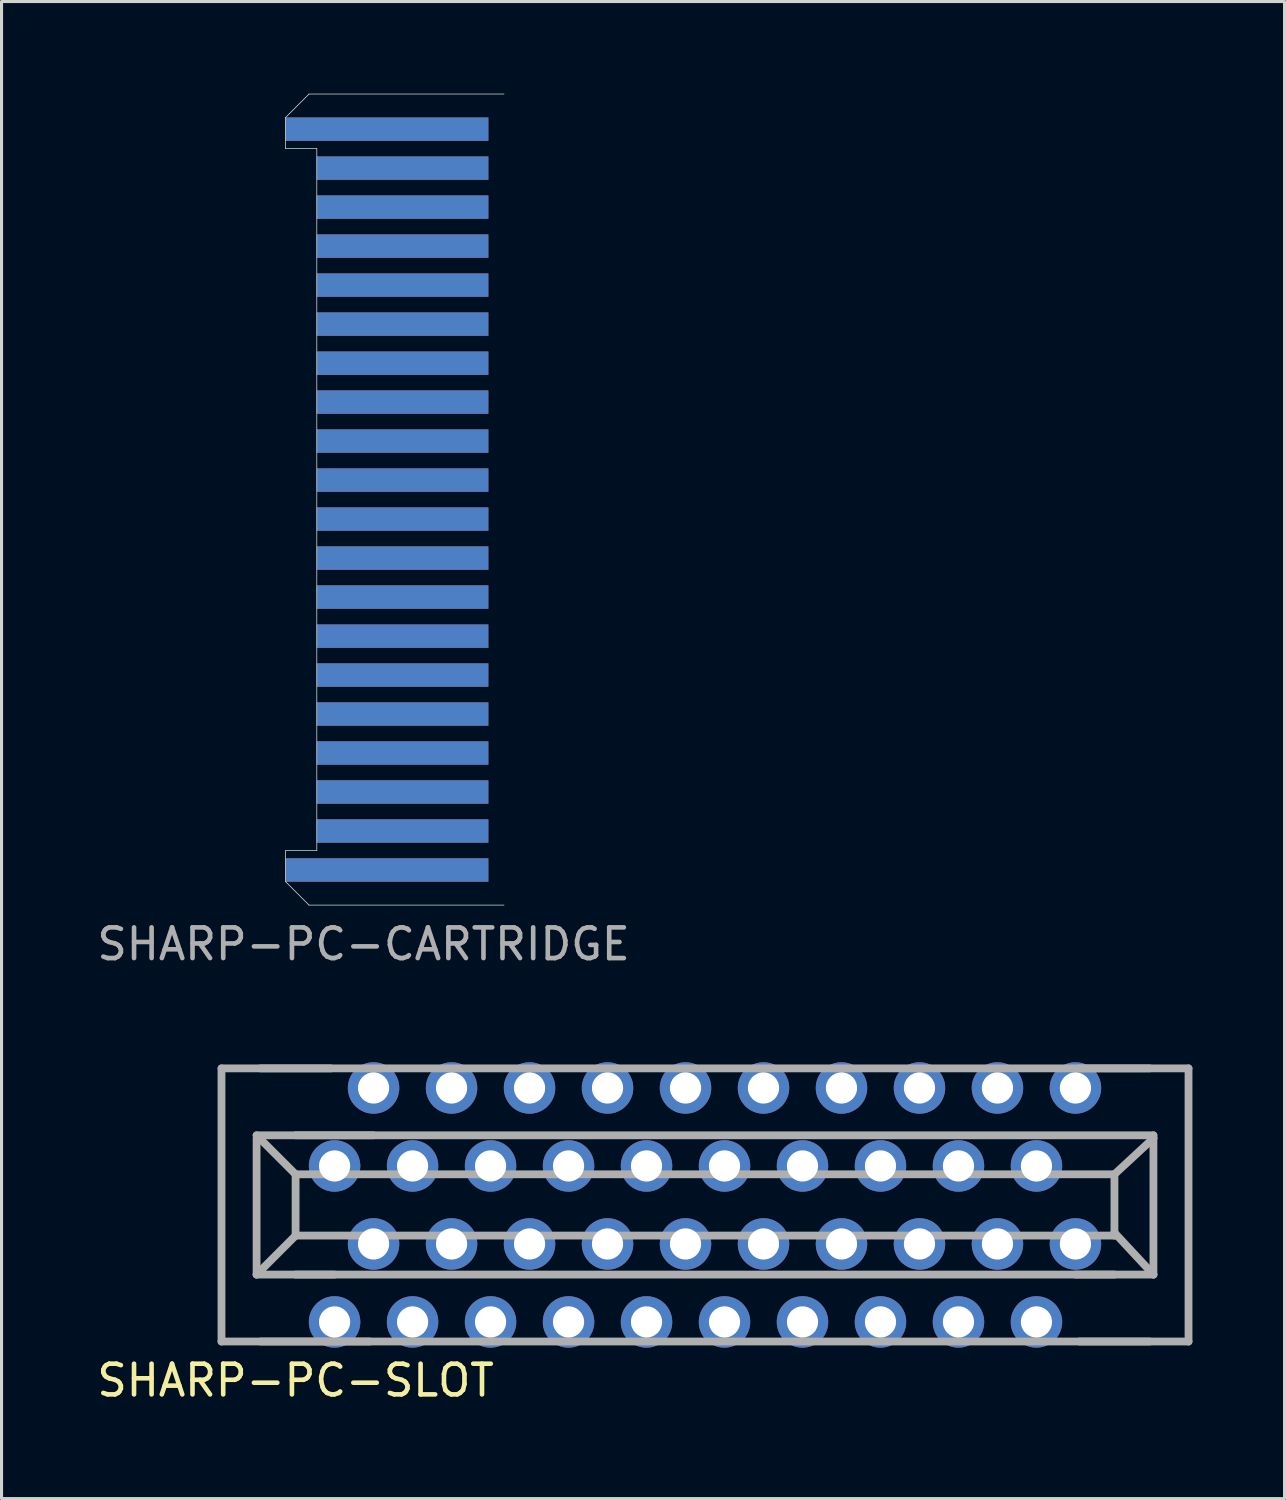
<source format=kicad_pcb>
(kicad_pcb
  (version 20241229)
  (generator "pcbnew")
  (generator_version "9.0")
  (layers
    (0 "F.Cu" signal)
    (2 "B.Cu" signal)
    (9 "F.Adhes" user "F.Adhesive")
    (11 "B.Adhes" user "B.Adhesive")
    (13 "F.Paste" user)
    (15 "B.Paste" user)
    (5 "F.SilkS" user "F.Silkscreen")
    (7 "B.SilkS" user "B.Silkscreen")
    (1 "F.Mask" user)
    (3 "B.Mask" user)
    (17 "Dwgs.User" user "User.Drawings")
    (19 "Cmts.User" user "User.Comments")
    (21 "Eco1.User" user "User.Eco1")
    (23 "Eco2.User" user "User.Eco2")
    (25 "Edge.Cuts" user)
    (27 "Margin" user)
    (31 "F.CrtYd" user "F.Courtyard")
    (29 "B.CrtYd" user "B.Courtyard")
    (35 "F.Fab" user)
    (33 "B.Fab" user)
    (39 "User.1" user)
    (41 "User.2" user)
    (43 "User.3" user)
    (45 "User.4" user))
  (footprint "SHARP-PC-CARTRIDGE"
    (layer "F.Cu")
    (at 6.252 26.429)
    (property "Reference" "SHARP-PC-CARTRIDGE" (at 2.54 1.27 0) (layer "F.Fab") (effects (font (size 1 1) (thickness 0.15))))
    (attr smd)
    (fp_poly (pts (xy 6.604 -26.416) (xy 0.762 -26.416) (xy 0 -25.654) (xy 0 -24.638) (xy 1.016 -24.638) (xy 1.016 -1.778) (xy 0 -1.778) (xy 0 -0.762) (xy 0.762 0) (xy 6.604 0)) (stroke (width 0.025) (type solid)) (fill yes) (layer "F.Mask"))
    (fp_poly (pts (xy 6.604 -26.416) (xy 0.762 -26.416) (xy 0 -25.654) (xy 0 -24.638) (xy 1.016 -24.638) (xy 1.016 -1.778) (xy 0 -1.778) (xy 0 -0.762) (xy 0.762 0) (xy 6.604 0)) (stroke (width 0.025) (type solid)) (fill yes) (layer "B.Mask"))
    (fp_line (start 0 -25.654) (end 0.762 -26.416) (stroke (width 0.025) (type solid)) (layer "Edge.Cuts"))
    (fp_line (start 0 -24.638) (end 0 -25.654) (stroke (width 0.025) (type solid)) (layer "Edge.Cuts"))
    (fp_line (start 0 -1.778) (end 1.016 -1.778) (stroke (width 0.025) (type solid)) (layer "Edge.Cuts"))
    (fp_line (start 0 -0.762) (end 0 -1.778) (stroke (width 0.025) (type solid)) (layer "Edge.Cuts"))
    (fp_line (start 0.762 -26.416) (end 7.112 -26.416) (stroke (width 0.025) (type solid)) (layer "Edge.Cuts"))
    (fp_line (start 0.762 0) (end 0 -0.762) (stroke (width 0.025) (type solid)) (layer "Edge.Cuts"))
    (fp_line (start 1.016 -24.638) (end 0 -24.638) (stroke (width 0.025) (type solid)) (layer "Edge.Cuts"))
    (fp_line (start 1.016 -1.778) (end 1.016 -24.638) (stroke (width 0.025) (type solid)) (layer "Edge.Cuts"))
    (fp_line (start 7.112 0) (end 0.762 0) (stroke (width 0.025) (type solid)) (layer "Edge.Cuts"))
    (pad "1" smd rect (at 3.302 -25.273) (size 6.604 0.762) (layers "F.Cu" "F.Mask" "F.Paste"))
    (pad "2" smd rect (at 3.81 -24.003) (size 5.588 0.762) (layers "F.Cu" "F.Mask" "F.Paste"))
    (pad "3" smd rect (at 3.81 -22.733) (size 5.588 0.762) (layers "F.Cu" "F.Mask" "F.Paste"))
    (pad "4" smd rect (at 3.81 -21.463) (size 5.588 0.762) (layers "F.Cu" "F.Mask" "F.Paste"))
    (pad "5" smd rect (at 3.81 -20.193) (size 5.588 0.762) (layers "F.Cu" "F.Mask" "F.Paste"))
    (pad "6" smd rect (at 3.81 -18.923) (size 5.588 0.762) (layers "F.Cu" "F.Mask" "F.Paste"))
    (pad "7" smd rect (at 3.81 -17.65) (size 5.588 0.762) (layers "F.Cu" "F.Mask" "F.Paste"))
    (pad "8" smd rect (at 3.81 -16.383) (size 5.588 0.762) (layers "F.Cu" "F.Mask" "F.Paste"))
    (pad "9" smd rect (at 3.81 -15.113) (size 5.588 0.762) (layers "F.Cu" "F.Mask" "F.Paste"))
    (pad "10" smd rect (at 3.81 -13.843) (size 5.588 0.762) (layers "F.Cu" "F.Mask" "F.Paste"))
    (pad "11" smd rect (at 3.81 -12.573) (size 5.588 0.762) (layers "F.Cu" "F.Mask" "F.Paste"))
    (pad "12" smd rect (at 3.81 -11.303) (size 5.588 0.762) (layers "F.Cu" "F.Mask" "F.Paste"))
    (pad "13" smd rect (at 3.81 -10.033) (size 5.588 0.762) (layers "F.Cu" "F.Mask" "F.Paste"))
    (pad "14" smd rect (at 3.81 -8.76) (size 5.588 0.762) (layers "F.Cu" "F.Mask" "F.Paste"))
    (pad "15" smd rect (at 3.81 -7.493) (size 5.588 0.762) (layers "F.Cu" "F.Mask" "F.Paste"))
    (pad "16" smd rect (at 3.81 -6.223) (size 5.588 0.762) (layers "F.Cu" "F.Mask" "F.Paste"))
    (pad "17" smd rect (at 3.81 -4.953) (size 5.588 0.762) (layers "F.Cu" "F.Mask" "F.Paste"))
    (pad "18" smd rect (at 3.81 -3.683) (size 5.588 0.762) (layers "F.Cu" "F.Mask" "F.Paste"))
    (pad "19" smd rect (at 3.81 -2.413) (size 5.588 0.762) (layers "F.Cu" "F.Mask" "F.Paste"))
    (pad "20" smd rect (at 3.302 -1.143) (size 6.604 0.762) (layers "F.Cu" "F.Mask" "F.Paste"))
    (pad "21" smd rect (at 3.302 -25.273) (size 6.604 0.762) (layers "B.Cu" "B.Mask" "B.Paste"))
    (pad "22" smd rect (at 3.81 -24.003) (size 5.588 0.762) (layers "B.Cu" "B.Mask" "B.Paste"))
    (pad "23" smd rect (at 3.81 -22.733) (size 5.588 0.762) (layers "B.Cu" "B.Mask" "B.Paste"))
    (pad "24" smd rect (at 3.81 -21.463) (size 5.588 0.762) (layers "B.Cu" "B.Mask" "B.Paste"))
    (pad "25" smd rect (at 3.81 -20.193) (size 5.588 0.762) (layers "B.Cu" "B.Mask" "B.Paste"))
    (pad "26" smd rect (at 3.81 -18.923) (size 5.588 0.762) (layers "B.Cu" "B.Mask" "B.Paste"))
    (pad "27" smd rect (at 3.81 -17.65) (size 5.588 0.762) (layers "B.Cu" "B.Mask" "B.Paste"))
    (pad "28" smd rect (at 3.81 -16.383) (size 5.588 0.762) (layers "B.Cu" "B.Mask" "B.Paste"))
    (pad "29" smd rect (at 3.81 -15.113) (size 5.588 0.762) (layers "B.Cu" "B.Mask" "B.Paste"))
    (pad "30" smd rect (at 3.81 -13.843) (size 5.588 0.762) (layers "B.Cu" "B.Mask" "B.Paste"))
    (pad "31" smd rect (at 3.81 -12.573) (size 5.588 0.762) (layers "B.Cu" "B.Mask" "B.Paste"))
    (pad "32" smd rect (at 3.81 -11.303) (size 5.588 0.762) (layers "B.Cu" "B.Mask" "B.Paste"))
    (pad "33" smd rect (at 3.81 -10.033) (size 5.588 0.762) (layers "B.Cu" "B.Mask" "B.Paste"))
    (pad "34" smd rect (at 3.81 -8.76) (size 5.588 0.762) (layers "B.Cu" "B.Mask" "B.Paste"))
    (pad "35" smd rect (at 3.81 -7.493) (size 5.588 0.762) (layers "B.Cu" "B.Mask" "B.Paste"))
    (pad "36" smd rect (at 3.81 -6.223) (size 5.588 0.762) (layers "B.Cu" "B.Mask" "B.Paste"))
    (pad "37" smd rect (at 3.81 -4.953) (size 5.588 0.762) (layers "B.Cu" "B.Mask" "B.Paste"))
    (pad "38" smd rect (at 3.81 -3.683) (size 5.588 0.762) (layers "B.Cu" "B.Mask" "B.Paste"))
    (pad "39" smd rect (at 3.81 -2.413) (size 5.588 0.762) (layers "B.Cu" "B.Mask" "B.Paste"))
    (pad "40" smd rect (at 3.302 -1.143) (size 6.604 0.762) (layers "B.Cu" "B.Mask" "B.Paste")))
  (footprint "SHARP-PC-SLOT"
    (layer "F.Cu")
    (at 19.912 36.195)
    (property "Reference" "SHARP-PC-SLOT" (at -13.335 5.715 0) (layer "F.SilkS") (effects (font (size 1 1) (thickness 0.15))))
    (attr exclude_from_pos_files exclude_from_bom)
    (fp_line (start -15.748 -4.448) (end -15.748 4.448) (stroke (width 0.254) (type solid)) (layer "F.Fab"))
    (fp_line (start -15.748 4.448) (end -10.919 4.448) (stroke (width 0.254) (type solid)) (layer "F.Fab"))
    (fp_line (start -14.605 -2.268) (end -13.335 -0.998) (stroke (width 0.254) (type solid)) (layer "F.Fab"))
    (fp_line (start -14.605 -2.174) (end -14.605 2.268) (stroke (width 0.254) (type solid)) (layer "F.Fab"))
    (fp_line (start -14.605 2.268) (end -13.335 0.998) (stroke (width 0.254) (type solid)) (layer "F.Fab"))
    (fp_line (start -14.605 2.268) (end -12.065 2.268) (stroke (width 0.254) (type solid)) (layer "F.Fab"))
    (fp_line (start -14.478 4.448) (end 14.478 4.448) (stroke (width 0.254) (type solid)) (layer "F.Fab"))
    (fp_line (start -13.335 -0.998) (end -13.335 0.998) (stroke (width 0.254) (type solid)) (layer "F.Fab"))
    (fp_line (start -13.335 0.998) (end 13.335 0.998) (stroke (width 0.254) (type solid)) (layer "F.Fab"))
    (fp_line (start -13.335 2.268) (end 13.335 2.268) (stroke (width 0.254) (type solid)) (layer "F.Fab"))
    (fp_line (start -12.189 -4.448) (end -15.748 -4.448) (stroke (width 0.254) (type solid)) (layer "F.Fab"))
    (fp_line (start -10.795 -2.268) (end -14.605 -2.268) (stroke (width 0.254) (type solid)) (layer "F.Fab"))
    (fp_line (start 12.065 2.268) (end 14.605 2.268) (stroke (width 0.254) (type solid)) (layer "F.Fab"))
    (fp_line (start 12.189 4.448) (end 15.748 4.448) (stroke (width 0.254) (type solid)) (layer "F.Fab"))
    (fp_line (start 13.335 -0.998) (end -13.335 -0.998) (stroke (width 0.254) (type solid)) (layer "F.Fab"))
    (fp_line (start 13.335 0.904) (end 13.335 -0.998) (stroke (width 0.254) (type solid)) (layer "F.Fab"))
    (fp_line (start 13.335 0.998) (end 13.335 0.904) (stroke (width 0.254) (type solid)) (layer "F.Fab"))
    (fp_line (start 14.478 -4.448) (end -14.478 -4.448) (stroke (width 0.254) (type solid)) (layer "F.Fab"))
    (fp_line (start 14.605 -2.268) (end -13.335 -2.268) (stroke (width 0.254) (type solid)) (layer "F.Fab"))
    (fp_line (start 14.605 -2.174) (end 13.335 -0.998) (stroke (width 0.254) (type solid)) (layer "F.Fab"))
    (fp_line (start 14.605 -2.174) (end 14.605 -2.268) (stroke (width 0.254) (type solid)) (layer "F.Fab"))
    (fp_line (start 14.605 2.268) (end 13.335 0.904) (stroke (width 0.254) (type solid)) (layer "F.Fab"))
    (fp_line (start 14.605 2.268) (end 14.605 -2.174) (stroke (width 0.254) (type solid)) (layer "F.Fab"))
    (fp_line (start 15.748 -4.448) (end 12.189 -4.448) (stroke (width 0.254) (type solid)) (layer "F.Fab"))
    (fp_line (start 15.748 4.448) (end 15.748 -4.448) (stroke (width 0.254) (type solid)) (layer "F.Fab"))
    (pad "A1" thru_hole circle (at -12.065 -1.27) (size 1.676 1.676) (drill 1.016) (layers "*.Cu" "*.Mask"))
    (pad "A2" thru_hole circle (at -10.795 -3.81) (size 1.676 1.676) (drill 1.016) (layers "*.Cu" "*.Mask"))
    (pad "A3" thru_hole circle (at -9.525 -1.27) (size 1.676 1.676) (drill 1.016) (layers "*.Cu" "*.Mask"))
    (pad "A4" thru_hole circle (at -8.255 -3.81) (size 1.676 1.676) (drill 1.016) (layers "*.Cu" "*.Mask"))
    (pad "A5" thru_hole circle (at -6.985 -1.27) (size 1.676 1.676) (drill 1.016) (layers "*.Cu" "*.Mask"))
    (pad "A6" thru_hole circle (at -5.715 -3.81) (size 1.676 1.676) (drill 1.016) (layers "*.Cu" "*.Mask"))
    (pad "A7" thru_hole circle (at -4.445 -1.27) (size 1.676 1.676) (drill 1.016) (layers "*.Cu" "*.Mask"))
    (pad "A8" thru_hole circle (at -3.175 -3.81) (size 1.676 1.676) (drill 1.016) (layers "*.Cu" "*.Mask"))
    (pad "A9" thru_hole circle (at -1.905 -1.27) (size 1.676 1.676) (drill 1.016) (layers "*.Cu" "*.Mask"))
    (pad "A10" thru_hole circle (at -0.635 -3.81) (size 1.676 1.676) (drill 1.016) (layers "*.Cu" "*.Mask"))
    (pad "A11" thru_hole circle (at 0.635 -1.27) (size 1.676 1.676) (drill 1.016) (layers "*.Cu" "*.Mask"))
    (pad "A12" thru_hole circle (at 1.905 -3.81) (size 1.676 1.676) (drill 1.016) (layers "*.Cu" "*.Mask"))
    (pad "A13" thru_hole circle (at 3.175 -1.27) (size 1.676 1.676) (drill 1.016) (layers "*.Cu" "*.Mask"))
    (pad "A14" thru_hole circle (at 4.445 -3.81) (size 1.676 1.676) (drill 1.016) (layers "*.Cu" "*.Mask"))
    (pad "A15" thru_hole circle (at 5.715 -1.27) (size 1.676 1.676) (drill 1.016) (layers "*.Cu" "*.Mask"))
    (pad "A16" thru_hole circle (at 6.985 -3.81) (size 1.676 1.676) (drill 1.016) (layers "*.Cu" "*.Mask"))
    (pad "A17" thru_hole circle (at 8.255 -1.27) (size 1.676 1.676) (drill 1.016) (layers "*.Cu" "*.Mask"))
    (pad "A18" thru_hole circle (at 9.525 -3.81) (size 1.676 1.676) (drill 1.016) (layers "*.Cu" "*.Mask"))
    (pad "A19" thru_hole circle (at 10.795 -1.27) (size 1.676 1.676) (drill 1.016) (layers "*.Cu" "*.Mask"))
    (pad "A20" thru_hole circle (at 12.065 -3.81) (size 1.676 1.676) (drill 1.016) (layers "*.Cu" "*.Mask"))
    (pad "B1" thru_hole circle (at -12.065 3.81) (size 1.676 1.676) (drill 1.016) (layers "*.Cu" "*.Mask"))
    (pad "B2" thru_hole circle (at -10.795 1.27) (size 1.676 1.676) (drill 1.016) (layers "*.Cu" "*.Mask"))
    (pad "B3" thru_hole circle (at -9.525 3.81) (size 1.676 1.676) (drill 1.016) (layers "*.Cu" "*.Mask"))
    (pad "B4" thru_hole circle (at -8.255 1.27) (size 1.676 1.676) (drill 1.016) (layers "*.Cu" "*.Mask"))
    (pad "B5" thru_hole circle (at -6.985 3.81) (size 1.676 1.676) (drill 1.016) (layers "*.Cu" "*.Mask"))
    (pad "B6" thru_hole circle (at -5.715 1.27) (size 1.676 1.676) (drill 1.016) (layers "*.Cu" "*.Mask"))
    (pad "B7" thru_hole circle (at -4.445 3.81) (size 1.676 1.676) (drill 1.016) (layers "*.Cu" "*.Mask"))
    (pad "B8" thru_hole circle (at -3.175 1.27) (size 1.676 1.676) (drill 1.016) (layers "*.Cu" "*.Mask"))
    (pad "B9" thru_hole circle (at -1.905 3.81) (size 1.676 1.676) (drill 1.016) (layers "*.Cu" "*.Mask"))
    (pad "B10" thru_hole circle (at -0.635 1.27) (size 1.676 1.676) (drill 1.016) (layers "*.Cu" "*.Mask"))
    (pad "B11" thru_hole circle (at 0.635 3.81) (size 1.676 1.676) (drill 1.016) (layers "*.Cu" "*.Mask"))
    (pad "B12" thru_hole circle (at 1.905 1.27) (size 1.676 1.676) (drill 1.016) (layers "*.Cu" "*.Mask"))
    (pad "B13" thru_hole circle (at 3.175 3.81) (size 1.676 1.676) (drill 1.016) (layers "*.Cu" "*.Mask"))
    (pad "B14" thru_hole circle (at 4.445 1.27) (size 1.676 1.676) (drill 1.016) (layers "*.Cu" "*.Mask"))
    (pad "B15" thru_hole circle (at 5.715 3.81) (size 1.676 1.676) (drill 1.016) (layers "*.Cu" "*.Mask"))
    (pad "B16" thru_hole circle (at 6.985 1.27) (size 1.676 1.676) (drill 1.016) (layers "*.Cu" "*.Mask"))
    (pad "B17" thru_hole circle (at 8.255 3.81) (size 1.676 1.676) (drill 1.016) (layers "*.Cu" "*.Mask"))
    (pad "B18" thru_hole circle (at 9.525 1.27) (size 1.676 1.676) (drill 1.016) (layers "*.Cu" "*.Mask"))
    (pad "B19" thru_hole circle (at 10.795 3.81) (size 1.676 1.676) (drill 1.016) (layers "*.Cu" "*.Mask"))
    (pad "B20" thru_hole circle (at 12.065 1.27) (size 1.676 1.676) (drill 1.016) (layers "*.Cu" "*.Mask")))
  (gr_rect
    (start -3 -3)
    (end 38.787 45.758)
    (stroke (width 0.1) (type default))
    (fill no)
    (layer "Edge.Cuts")))
</source>
